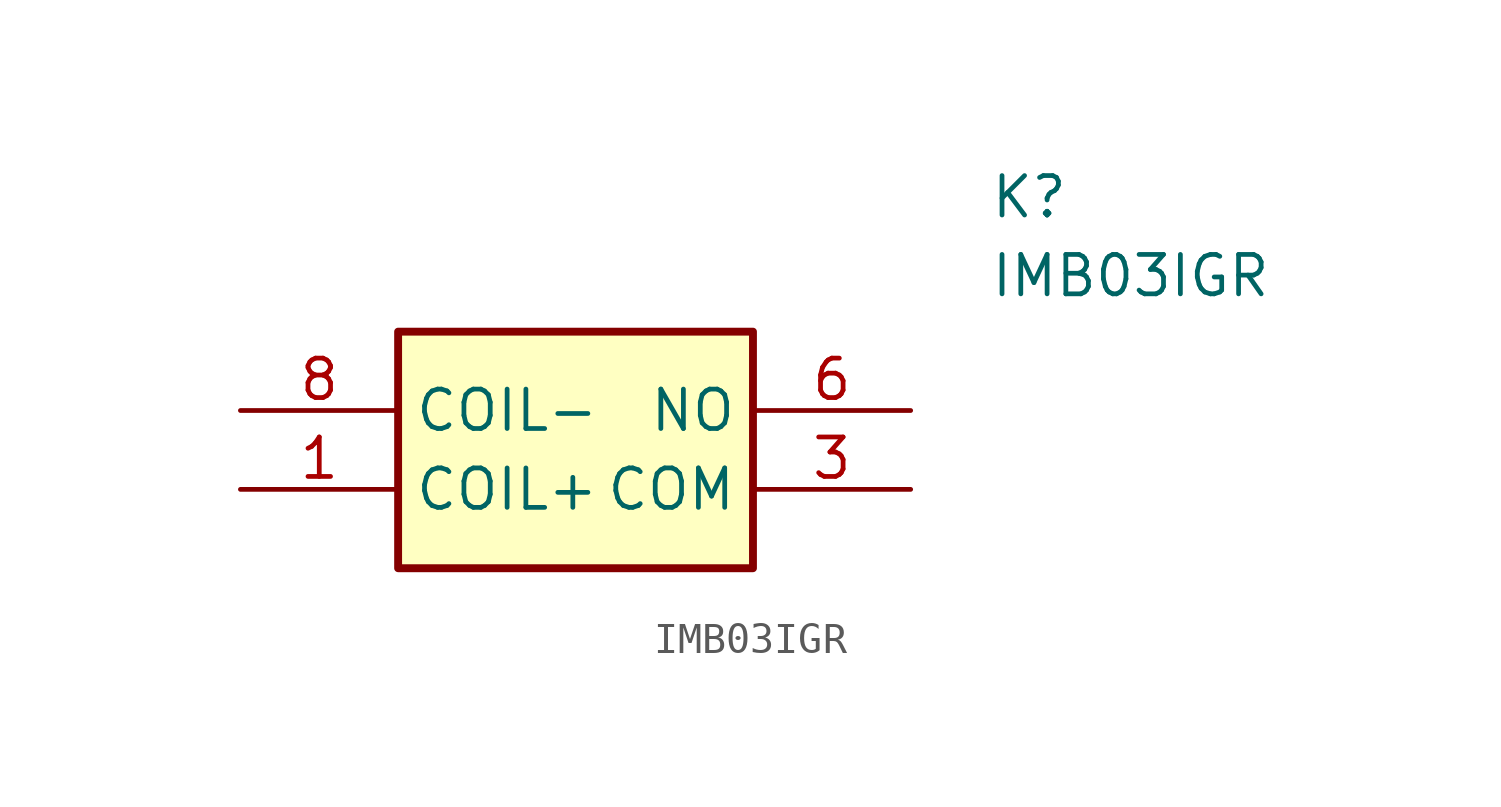
<source format=kicad_sym>
(kicad_symbol_lib
  (version 20241209)
  (generator "kicad_symbol_editor")
  (generator_version "9.0")
  (symbol "IMB03IGR"
    (property "Reference" "K"
      (at 24.13 7.62 0)
      (effects (font (size 1.27 1.27)) (justify left top)))
    (property "Value" "IMB03IGR"
      (at 24.13 5.08 0)
      (effects (font (size 1.27 1.27)) (justify left top)))
    (symbol "IMB03IGR_1_1"
      (rectangle (start 5.08 2.54) (end 16.51 -5.08) (stroke (width 0.254) (type default)) (fill (type background)))
      (pin passive line (at 0 0 0) (length 5.08) (name "COIL-" (effects (font (size 1.27 1.27)))) (number "8" (effects (font (size 1.27 1.27)))))
      (pin passive line (at 0 -2.54 0) (length 5.08) (name "COIL+" (effects (font (size 1.27 1.27)))) (number "1" (effects (font (size 1.27 1.27)))))
      (pin passive line (at 21.59 0 180) (length 5.08) (name "NO" (effects (font (size 1.27 1.27)))) (number "6" (effects (font (size 1.27 1.27)))))
      (pin passive line (at 21.59 -2.54 180) (length 5.08) (name "COM" (effects (font (size 1.27 1.27)))) (number "3" (effects (font (size 1.27 1.27))))))))
</source>
